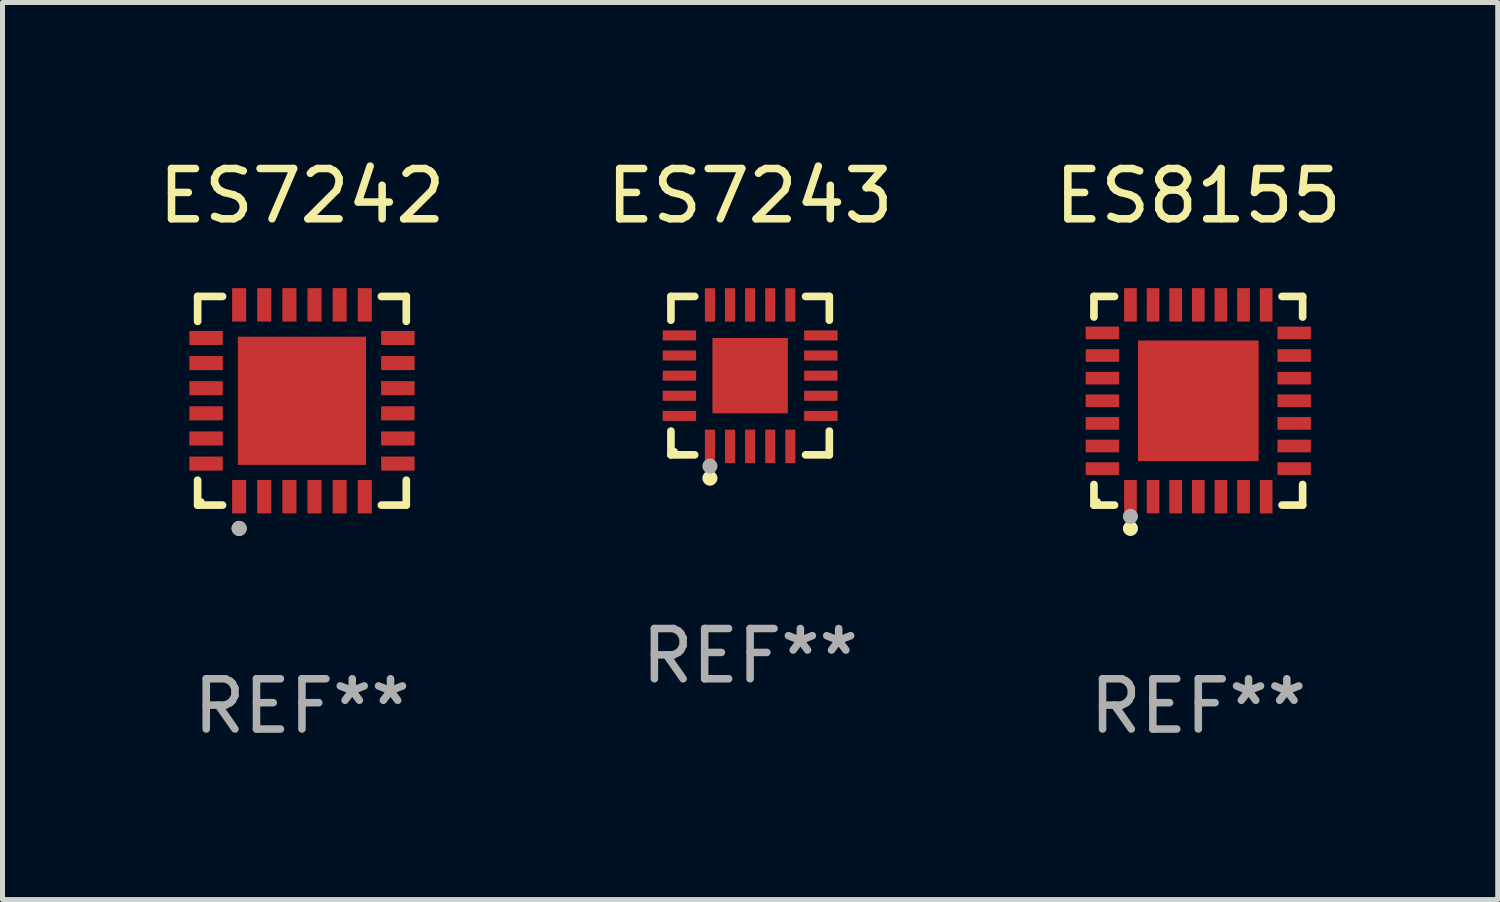
<source format=kicad_pcb>
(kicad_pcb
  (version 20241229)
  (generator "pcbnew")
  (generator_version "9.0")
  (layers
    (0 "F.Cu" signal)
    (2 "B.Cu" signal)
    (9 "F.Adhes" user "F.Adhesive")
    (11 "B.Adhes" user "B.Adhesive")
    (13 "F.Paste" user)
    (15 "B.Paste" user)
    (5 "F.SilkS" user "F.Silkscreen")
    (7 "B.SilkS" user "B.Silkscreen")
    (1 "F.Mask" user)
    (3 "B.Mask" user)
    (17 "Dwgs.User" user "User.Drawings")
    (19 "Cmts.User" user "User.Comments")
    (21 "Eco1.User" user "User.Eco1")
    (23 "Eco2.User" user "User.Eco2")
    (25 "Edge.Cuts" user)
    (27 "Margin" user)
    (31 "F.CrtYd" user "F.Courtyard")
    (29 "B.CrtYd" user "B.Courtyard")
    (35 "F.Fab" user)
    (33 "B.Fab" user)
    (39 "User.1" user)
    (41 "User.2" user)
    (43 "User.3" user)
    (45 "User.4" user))
  (footprint "ES7243"
    (layer "F.Cu")
    (at 11.875 4.424)
    (property "Reference" "ES7243" (at 0 -3.576 0) (layer "F.SilkS") (effects (font (size 1 1) (thickness 0.15))))
    (attr through_hole)
    (fp_line (start -1.576 -1.576) (end -1.103 -1.576) (stroke (width 0.152) (type solid)) (layer "F.SilkS"))
    (fp_line (start -1.576 -1.103) (end -1.576 -1.576) (stroke (width 0.152) (type solid)) (layer "F.SilkS"))
    (fp_line (start -1.576 1.103) (end -1.576 1.576) (stroke (width 0.152) (type solid)) (layer "F.SilkS"))
    (fp_line (start -1.576 1.576) (end -1.103 1.576) (stroke (width 0.152) (type solid)) (layer "F.SilkS"))
    (fp_line (start 1.576 -1.576) (end 1.103 -1.576) (stroke (width 0.152) (type solid)) (layer "F.SilkS"))
    (fp_line (start 1.576 -1.103) (end 1.576 -1.576) (stroke (width 0.152) (type solid)) (layer "F.SilkS"))
    (fp_line (start 1.576 1.103) (end 1.576 1.576) (stroke (width 0.152) (type solid)) (layer "F.SilkS"))
    (fp_line (start 1.576 1.576) (end 1.103 1.576) (stroke (width 0.152) (type solid)) (layer "F.SilkS"))
    (fp_circle (center -1.5 1.5) (end -1.47 1.5) (stroke (width 0.06) (type solid)) (fill no) (layer "F.SilkS"))
    (fp_circle (center -0.8 2.04) (end -0.725 2.04) (stroke (width 0.15) (type solid)) (fill no) (layer "F.SilkS"))
    (fp_circle (center -0.8 1.8) (end -0.725 1.8) (stroke (width 0.15) (type solid)) (fill no) (layer "F.Fab"))
    (fp_text user "REF**" (at 0 5.576 0) (layer "F.Fab") (effects (font (size 1 1) (thickness 0.15))))
    (pad "1" smd rect (at -0.8 1.407) (size 0.2 0.665) (layers "F.Cu" "F.Mask" "F.Paste"))
    (pad "2" smd rect (at -0.4 1.407) (size 0.2 0.665) (layers "F.Cu" "F.Mask" "F.Paste"))
    (pad "3" smd rect (at 0 1.407) (size 0.2 0.665) (layers "F.Cu" "F.Mask" "F.Paste"))
    (pad "4" smd rect (at 0.4 1.407) (size 0.2 0.665) (layers "F.Cu" "F.Mask" "F.Paste"))
    (pad "5" smd rect (at 0.8 1.407) (size 0.2 0.665) (layers "F.Cu" "F.Mask" "F.Paste"))
    (pad "6" smd rect (at 1.407 0.8) (size 0.665 0.2) (layers "F.Cu" "F.Mask" "F.Paste"))
    (pad "7" smd rect (at 1.407 0.4) (size 0.665 0.2) (layers "F.Cu" "F.Mask" "F.Paste"))
    (pad "8" smd rect (at 1.407 0) (size 0.665 0.2) (layers "F.Cu" "F.Mask" "F.Paste"))
    (pad "9" smd rect (at 1.407 -0.4) (size 0.665 0.2) (layers "F.Cu" "F.Mask" "F.Paste"))
    (pad "10" smd rect (at 1.407 -0.8) (size 0.665 0.2) (layers "F.Cu" "F.Mask" "F.Paste"))
    (pad "11" smd rect (at 0.8 -1.407) (size 0.2 0.665) (layers "F.Cu" "F.Mask" "F.Paste"))
    (pad "12" smd rect (at 0.4 -1.407) (size 0.2 0.665) (layers "F.Cu" "F.Mask" "F.Paste"))
    (pad "13" smd rect (at 0 -1.407) (size 0.2 0.665) (layers "F.Cu" "F.Mask" "F.Paste"))
    (pad "14" smd rect (at -0.4 -1.407) (size 0.2 0.665) (layers "F.Cu" "F.Mask" "F.Paste"))
    (pad "15" smd rect (at -0.8 -1.407) (size 0.2 0.665) (layers "F.Cu" "F.Mask" "F.Paste"))
    (pad "16" smd rect (at -1.407 -0.8) (size 0.665 0.2) (layers "F.Cu" "F.Mask" "F.Paste"))
    (pad "17" smd rect (at -1.407 -0.4) (size 0.665 0.2) (layers "F.Cu" "F.Mask" "F.Paste"))
    (pad "18" smd rect (at -1.407 0) (size 0.665 0.2) (layers "F.Cu" "F.Mask" "F.Paste"))
    (pad "19" smd rect (at -1.407 0.4) (size 0.665 0.2) (layers "F.Cu" "F.Mask" "F.Paste"))
    (pad "20" smd rect (at -1.407 0.8) (size 0.665 0.2) (layers "F.Cu" "F.Mask" "F.Paste"))
    (pad "21" smd rect (at 0 0) (size 1.5 1.5) (layers "F.Cu" "F.Mask" "F.Paste")))
  (footprint "ES7242"
    (layer "F.Cu")
    (at 2.958 4.924)
    (property "Reference" "ES7242" (at 0 -4.076 0) (layer "F.SilkS") (effects (font (size 1 1) (thickness 0.15))))
    (attr through_hole)
    (fp_line (start -2.076 -2.076) (end -1.58 -2.076) (stroke (width 0.152) (type solid)) (layer "F.SilkS"))
    (fp_line (start -2.076 -1.58) (end -2.076 -2.076) (stroke (width 0.152) (type solid)) (layer "F.SilkS"))
    (fp_line (start -2.076 1.58) (end -2.076 2.076) (stroke (width 0.152) (type solid)) (layer "F.SilkS"))
    (fp_line (start -2.076 2.076) (end -1.58 2.076) (stroke (width 0.152) (type solid)) (layer "F.SilkS"))
    (fp_line (start 2.076 -2.076) (end 1.58 -2.076) (stroke (width 0.152) (type solid)) (layer "F.SilkS"))
    (fp_line (start 2.076 -1.58) (end 2.076 -2.076) (stroke (width 0.152) (type solid)) (layer "F.SilkS"))
    (fp_line (start 2.076 1.58) (end 2.076 2.076) (stroke (width 0.152) (type solid)) (layer "F.SilkS"))
    (fp_line (start 2.076 2.076) (end 1.58 2.076) (stroke (width 0.152) (type solid)) (layer "F.SilkS"))
    (fp_circle (center -2 2) (end -1.97 2) (stroke (width 0.06) (type solid)) (fill no) (layer "F.SilkS"))
    (fp_circle (center -1.25 2.54) (end -1.175 2.54) (stroke (width 0.15) (type solid)) (fill no) (layer "F.SilkS"))
    (fp_circle (center -1.25 2.54) (end -1.175 2.54) (stroke (width 0.15) (type solid)) (fill no) (layer "F.Fab"))
    (fp_text user "REF**" (at 0 6.076 0) (layer "F.Fab") (effects (font (size 1 1) (thickness 0.15))))
    (pad "1" smd rect (at -1.25 1.908) (size 0.28 0.665) (layers "F.Cu" "F.Mask" "F.Paste"))
    (pad "2" smd rect (at -0.75 1.908) (size 0.28 0.665) (layers "F.Cu" "F.Mask" "F.Paste"))
    (pad "3" smd rect (at -0.25 1.908) (size 0.28 0.665) (layers "F.Cu" "F.Mask" "F.Paste"))
    (pad "4" smd rect (at 0.25 1.908) (size 0.28 0.665) (layers "F.Cu" "F.Mask" "F.Paste"))
    (pad "5" smd rect (at 0.75 1.908) (size 0.28 0.665) (layers "F.Cu" "F.Mask" "F.Paste"))
    (pad "6" smd rect (at 1.25 1.908) (size 0.28 0.665) (layers "F.Cu" "F.Mask" "F.Paste"))
    (pad "7" smd rect (at 1.908 1.25) (size 0.665 0.28) (layers "F.Cu" "F.Mask" "F.Paste"))
    (pad "8" smd rect (at 1.908 0.75) (size 0.665 0.28) (layers "F.Cu" "F.Mask" "F.Paste"))
    (pad "9" smd rect (at 1.908 0.25) (size 0.665 0.28) (layers "F.Cu" "F.Mask" "F.Paste"))
    (pad "10" smd rect (at 1.908 -0.25) (size 0.665 0.28) (layers "F.Cu" "F.Mask" "F.Paste"))
    (pad "11" smd rect (at 1.908 -0.75) (size 0.665 0.28) (layers "F.Cu" "F.Mask" "F.Paste"))
    (pad "12" smd rect (at 1.908 -1.25) (size 0.665 0.28) (layers "F.Cu" "F.Mask" "F.Paste"))
    (pad "13" smd rect (at 1.25 -1.908) (size 0.28 0.665) (layers "F.Cu" "F.Mask" "F.Paste"))
    (pad "14" smd rect (at 0.75 -1.908) (size 0.28 0.665) (layers "F.Cu" "F.Mask" "F.Paste"))
    (pad "15" smd rect (at 0.25 -1.908) (size 0.28 0.665) (layers "F.Cu" "F.Mask" "F.Paste"))
    (pad "16" smd rect (at -0.25 -1.908) (size 0.28 0.665) (layers "F.Cu" "F.Mask" "F.Paste"))
    (pad "17" smd rect (at -0.75 -1.908) (size 0.28 0.665) (layers "F.Cu" "F.Mask" "F.Paste"))
    (pad "18" smd rect (at -1.25 -1.908) (size 0.28 0.665) (layers "F.Cu" "F.Mask" "F.Paste"))
    (pad "19" smd rect (at -1.908 -1.25) (size 0.665 0.28) (layers "F.Cu" "F.Mask" "F.Paste"))
    (pad "20" smd rect (at -1.908 -0.75) (size 0.665 0.28) (layers "F.Cu" "F.Mask" "F.Paste"))
    (pad "21" smd rect (at -1.908 -0.25) (size 0.665 0.28) (layers "F.Cu" "F.Mask" "F.Paste"))
    (pad "22" smd rect (at -1.908 0.25) (size 0.665 0.28) (layers "F.Cu" "F.Mask" "F.Paste"))
    (pad "23" smd rect (at -1.908 0.75) (size 0.665 0.28) (layers "F.Cu" "F.Mask" "F.Paste"))
    (pad "24" smd rect (at -1.908 1.25) (size 0.665 0.28) (layers "F.Cu" "F.Mask" "F.Paste"))
    (pad "25" smd rect (at 0 0) (size 2.55 2.55) (layers "F.Cu" "F.Mask" "F.Paste")))
  (footprint "ES8155"
    (layer "F.Cu")
    (at 20.792 4.924)
    (property "Reference" "ES8155" (at 0 -4.076 0) (layer "F.SilkS") (effects (font (size 1 1) (thickness 0.15))))
    (attr through_hole)
    (fp_line (start -2.076 -2.076) (end -1.666 -2.076) (stroke (width 0.152) (type solid)) (layer "F.SilkS"))
    (fp_line (start -2.076 -1.666) (end -2.076 -2.076) (stroke (width 0.152) (type solid)) (layer "F.SilkS"))
    (fp_line (start -2.076 1.666) (end -2.076 2.076) (stroke (width 0.152) (type solid)) (layer "F.SilkS"))
    (fp_line (start -2.076 2.076) (end -1.666 2.076) (stroke (width 0.152) (type solid)) (layer "F.SilkS"))
    (fp_line (start 2.076 -2.076) (end 1.666 -2.076) (stroke (width 0.152) (type solid)) (layer "F.SilkS"))
    (fp_line (start 2.076 -1.666) (end 2.076 -2.076) (stroke (width 0.152) (type solid)) (layer "F.SilkS"))
    (fp_line (start 2.076 1.666) (end 2.076 2.076) (stroke (width 0.152) (type solid)) (layer "F.SilkS"))
    (fp_line (start 2.076 2.076) (end 1.666 2.076) (stroke (width 0.152) (type solid)) (layer "F.SilkS"))
    (fp_circle (center -2 2) (end -1.97 2) (stroke (width 0.06) (type solid)) (fill no) (layer "F.SilkS"))
    (fp_circle (center -1.35 2.54) (end -1.275 2.54) (stroke (width 0.15) (type solid)) (fill no) (layer "F.SilkS"))
    (fp_circle (center -1.35 2.3) (end -1.275 2.3) (stroke (width 0.15) (type solid)) (fill no) (layer "F.Fab"))
    (fp_text user "REF**" (at 0 6.076 0) (layer "F.Fab") (effects (font (size 1 1) (thickness 0.15))))
    (pad "1" smd rect (at -1.35 1.908) (size 0.252 0.665) (layers "F.Cu" "F.Mask" "F.Paste"))
    (pad "2" smd rect (at -0.9 1.908) (size 0.252 0.665) (layers "F.Cu" "F.Mask" "F.Paste"))
    (pad "3" smd rect (at -0.45 1.908) (size 0.252 0.665) (layers "F.Cu" "F.Mask" "F.Paste"))
    (pad "4" smd rect (at 0 1.908) (size 0.252 0.665) (layers "F.Cu" "F.Mask" "F.Paste"))
    (pad "5" smd rect (at 0.45 1.908) (size 0.252 0.665) (layers "F.Cu" "F.Mask" "F.Paste"))
    (pad "6" smd rect (at 0.9 1.908) (size 0.252 0.665) (layers "F.Cu" "F.Mask" "F.Paste"))
    (pad "7" smd rect (at 1.35 1.908) (size 0.252 0.665) (layers "F.Cu" "F.Mask" "F.Paste"))
    (pad "8" smd rect (at 1.908 1.35) (size 0.665 0.252) (layers "F.Cu" "F.Mask" "F.Paste"))
    (pad "9" smd rect (at 1.908 0.9) (size 0.665 0.252) (layers "F.Cu" "F.Mask" "F.Paste"))
    (pad "10" smd rect (at 1.908 0.45) (size 0.665 0.252) (layers "F.Cu" "F.Mask" "F.Paste"))
    (pad "11" smd rect (at 1.908 0) (size 0.665 0.252) (layers "F.Cu" "F.Mask" "F.Paste"))
    (pad "12" smd rect (at 1.908 -0.45) (size 0.665 0.252) (layers "F.Cu" "F.Mask" "F.Paste"))
    (pad "13" smd rect (at 1.908 -0.9) (size 0.665 0.252) (layers "F.Cu" "F.Mask" "F.Paste"))
    (pad "14" smd rect (at 1.908 -1.35) (size 0.665 0.252) (layers "F.Cu" "F.Mask" "F.Paste"))
    (pad "15" smd rect (at 1.35 -1.908) (size 0.252 0.665) (layers "F.Cu" "F.Mask" "F.Paste"))
    (pad "16" smd rect (at 0.9 -1.908) (size 0.252 0.665) (layers "F.Cu" "F.Mask" "F.Paste"))
    (pad "17" smd rect (at 0.45 -1.908) (size 0.252 0.665) (layers "F.Cu" "F.Mask" "F.Paste"))
    (pad "18" smd rect (at 0 -1.908) (size 0.252 0.665) (layers "F.Cu" "F.Mask" "F.Paste"))
    (pad "19" smd rect (at -0.45 -1.908) (size 0.252 0.665) (layers "F.Cu" "F.Mask" "F.Paste"))
    (pad "20" smd rect (at -0.9 -1.908) (size 0.252 0.665) (layers "F.Cu" "F.Mask" "F.Paste"))
    (pad "21" smd rect (at -1.35 -1.908) (size 0.252 0.665) (layers "F.Cu" "F.Mask" "F.Paste"))
    (pad "22" smd rect (at -1.908 -1.35) (size 0.665 0.252) (layers "F.Cu" "F.Mask" "F.Paste"))
    (pad "23" smd rect (at -1.908 -0.9) (size 0.665 0.252) (layers "F.Cu" "F.Mask" "F.Paste"))
    (pad "24" smd rect (at -1.908 -0.45) (size 0.665 0.252) (layers "F.Cu" "F.Mask" "F.Paste"))
    (pad "25" smd rect (at -1.908 0) (size 0.665 0.252) (layers "F.Cu" "F.Mask" "F.Paste"))
    (pad "26" smd rect (at -1.908 0.45) (size 0.665 0.252) (layers "F.Cu" "F.Mask" "F.Paste"))
    (pad "27" smd rect (at -1.908 0.9) (size 0.665 0.252) (layers "F.Cu" "F.Mask" "F.Paste"))
    (pad "28" smd rect (at -1.908 1.35) (size 0.665 0.252) (layers "F.Cu" "F.Mask" "F.Paste"))
    (pad "29" smd rect (at 0 0) (size 2.4 2.4) (layers "F.Cu" "F.Mask" "F.Paste")))
  (gr_rect
    (start -3 -3)
    (end 26.75 14.849)
    (stroke (width 0.1) (type default))
    (fill no)
    (layer "Edge.Cuts")))
</source>
